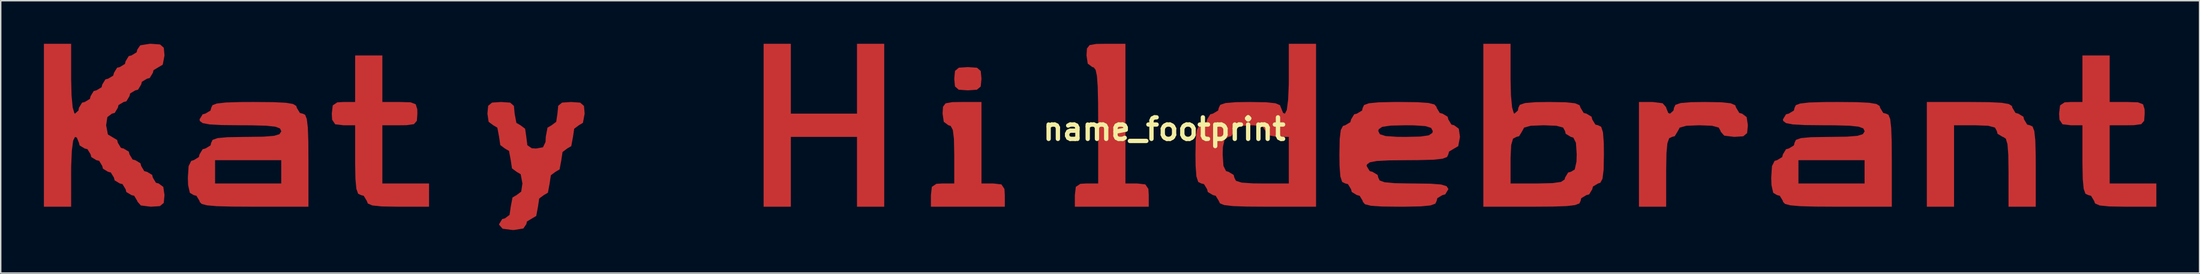
<source format=kicad_pcb>
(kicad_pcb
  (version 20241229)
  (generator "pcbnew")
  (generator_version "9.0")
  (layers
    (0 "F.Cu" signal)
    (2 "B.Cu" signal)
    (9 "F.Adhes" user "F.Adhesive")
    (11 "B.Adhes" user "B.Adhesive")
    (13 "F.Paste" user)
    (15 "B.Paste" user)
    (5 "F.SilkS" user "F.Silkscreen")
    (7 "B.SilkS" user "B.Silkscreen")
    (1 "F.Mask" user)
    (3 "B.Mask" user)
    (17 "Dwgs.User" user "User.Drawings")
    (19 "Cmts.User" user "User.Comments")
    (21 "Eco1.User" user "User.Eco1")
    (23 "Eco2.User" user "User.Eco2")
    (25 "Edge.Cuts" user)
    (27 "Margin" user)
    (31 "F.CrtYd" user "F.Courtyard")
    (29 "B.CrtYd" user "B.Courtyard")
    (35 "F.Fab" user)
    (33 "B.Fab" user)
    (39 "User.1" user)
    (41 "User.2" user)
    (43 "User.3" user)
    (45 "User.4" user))
  (footprint "name_footprint"
    (layer "F.Cu")
    (at 77.821 5.945)
    (property "Reference" "name_footprint" (at 0 0 0) (layer "F.SilkS") (effects (font (size 1.5 1.5) (thickness 0.3))))
    (attr board_only exclude_from_pos_files exclude_from_bom)
    (fp_poly (pts (xy -13.01 -4.278) (xy -12.75 -4.049) (xy -12.7 -3.513) (xy -12.753 -2.968) (xy -13.02 -2.745) (xy -13.646 -2.702) (xy -14.281 -2.747) (xy -14.542 -2.977) (xy -14.591 -3.513) (xy -14.539 -4.057) (xy -14.271 -4.281) (xy -13.646 -4.323)) (stroke (width 0) (type solid)) (fill yes) (layer "F.Cu"))
    (fp_poly (pts (xy -25.94 -3.513) (xy -25.94 -1.081) (xy -23.644 -1.081) (xy -21.347 -1.081) (xy -21.347 -3.513) (xy -21.347 -5.945) (xy -20.401 -5.945) (xy -19.455 -5.945) (xy -19.455 -0.27) (xy -19.455 5.404) (xy -20.401 5.404) (xy -21.347 5.404) (xy -21.347 2.972) (xy -21.347 0.54) (xy -23.644 0.54) (xy -25.94 0.54) (xy -25.94 2.972) (xy -25.94 5.404) (xy -26.886 5.404) (xy -27.832 5.404) (xy -27.832 -0.27) (xy -27.832 -5.945) (xy -26.886 -5.945) (xy -25.94 -5.945)) (stroke (width 0) (type solid)) (fill yes) (layer "F.Cu"))
    (fp_poly (pts (xy -12.7 0.946) (xy -12.7 3.783) (xy -11.889 3.783) (xy -11.315 3.85) (xy -11.104 4.166) (xy -11.079 4.594) (xy -11.079 5.404) (xy -13.646 5.404) (xy -16.213 5.404) (xy -16.213 4.594) (xy -16.146 4.019) (xy -15.83 3.808) (xy -15.402 3.783) (xy -14.591 3.783) (xy -14.591 1.756) (xy -14.613 0.687) (xy -14.689 0.06) (xy -14.841 -0.224) (xy -14.997 -0.27) (xy -15.319 -0.512) (xy -15.402 -1.081) (xy -15.373 -1.561) (xy -15.191 -1.8) (xy -14.718 -1.882) (xy -14.051 -1.891) (xy -12.7 -1.891)) (stroke (width 0) (type solid)) (fill yes) (layer "F.Cu"))
    (fp_poly (pts (xy -2.702 -1.081) (xy -2.702 3.783) (xy -1.891 3.783) (xy -1.317 3.85) (xy -1.106 4.166) (xy -1.081 4.594) (xy -1.081 5.404) (xy -3.648 5.404) (xy -6.215 5.404) (xy -6.215 4.594) (xy -6.148 4.019) (xy -5.832 3.808) (xy -5.404 3.783) (xy -4.594 3.783) (xy -4.594 -0.27) (xy -4.601 -1.857) (xy -4.628 -2.978) (xy -4.682 -3.709) (xy -4.771 -4.125) (xy -4.903 -4.301) (xy -4.999 -4.323) (xy -5.321 -4.565) (xy -5.404 -5.134) (xy -5.375 -5.614) (xy -5.193 -5.853) (xy -4.72 -5.936) (xy -4.053 -5.945) (xy -2.702 -5.945)) (stroke (width 0) (type solid)) (fill yes) (layer "F.Cu"))
    (fp_poly (pts (xy 57.265 -1.88) (xy 58.141 -1.837) (xy 58.648 -1.752) (xy 58.872 -1.613) (xy 58.906 -1.486) (xy 59.123 -1.128) (xy 59.312 -1.081) (xy 59.67 -0.865) (xy 59.717 -0.676) (xy 59.933 -0.317) (xy 60.122 -0.27) (xy 60.307 -0.183) (xy 60.428 0.136) (xy 60.496 0.774) (xy 60.524 1.819) (xy 60.528 2.567) (xy 60.528 5.404) (xy 59.582 5.404) (xy 58.636 5.404) (xy 58.636 2.972) (xy 58.62 1.786) (xy 58.563 1.047) (xy 58.448 0.663) (xy 58.26 0.542) (xy 58.231 0.54) (xy 57.873 0.324) (xy 57.826 0.135) (xy 57.692 -0.109) (xy 57.224 -0.235) (xy 56.339 -0.27) (xy 54.853 -0.27) (xy 54.853 2.567) (xy 54.853 5.404) (xy 53.907 5.404) (xy 52.962 5.404) (xy 52.962 1.756) (xy 52.962 -1.891) (xy 55.934 -1.891)) (stroke (width 0) (type solid)) (fill yes) (layer "F.Cu"))
    (fp_poly (pts (xy -54.313 -3.513) (xy -54.313 -1.891) (xy -53.097 -1.891) (xy -52.349 -1.868) (xy -51.995 -1.732) (xy -51.888 -1.387) (xy -51.881 -1.081) (xy -51.916 -0.582) (xy -52.12 -0.346) (xy -52.638 -0.275) (xy -53.097 -0.27) (xy -54.313 -0.27) (xy -54.313 1.756) (xy -54.313 3.783) (xy -52.691 3.783) (xy -51.07 3.783) (xy -51.07 4.594) (xy -51.07 5.404) (xy -53.232 5.404) (xy -54.341 5.385) (xy -55.007 5.316) (xy -55.325 5.178) (xy -55.394 4.999) (xy -55.61 4.641) (xy -55.799 4.594) (xy -55.997 4.499) (xy -56.12 4.153) (xy -56.184 3.464) (xy -56.204 2.338) (xy -56.204 2.162) (xy -56.204 -0.27) (xy -57.015 -0.27) (xy -57.589 -0.337) (xy -57.801 -0.653) (xy -57.826 -1.081) (xy -57.759 -1.655) (xy -57.443 -1.867) (xy -57.015 -1.891) (xy -56.204 -1.891) (xy -56.204 -3.513) (xy -56.204 -5.134) (xy -55.259 -5.134) (xy -54.313 -5.134)) (stroke (width 0) (type solid)) (fill yes) (layer "F.Cu"))
    (fp_poly (pts (xy 65.662 -3.513) (xy 65.662 -1.891) (xy 66.878 -1.891) (xy 67.625 -1.868) (xy 67.98 -1.732) (xy 68.087 -1.387) (xy 68.094 -1.081) (xy 68.058 -0.582) (xy 67.855 -0.346) (xy 67.336 -0.275) (xy 66.878 -0.27) (xy 65.662 -0.27) (xy 65.662 1.756) (xy 65.662 3.783) (xy 67.283 3.783) (xy 68.904 3.783) (xy 68.904 4.594) (xy 68.904 5.404) (xy 66.743 5.404) (xy 65.633 5.385) (xy 64.968 5.316) (xy 64.65 5.178) (xy 64.581 4.999) (xy 64.365 4.641) (xy 64.176 4.594) (xy 63.978 4.499) (xy 63.855 4.153) (xy 63.791 3.464) (xy 63.77 2.338) (xy 63.77 2.162) (xy 63.77 -0.27) (xy 62.96 -0.27) (xy 62.385 -0.337) (xy 62.174 -0.653) (xy 62.149 -1.081) (xy 62.216 -1.655) (xy 62.532 -1.867) (xy 62.96 -1.891) (xy 63.77 -1.891) (xy 63.77 -3.513) (xy 63.77 -5.134) (xy 64.716 -5.134) (xy 65.662 -5.134)) (stroke (width 0) (type solid)) (fill yes) (layer "F.Cu"))
    (fp_poly (pts (xy 34.611 -1.804) (xy 34.856 -1.523) (xy 34.857 -1.486) (xy 35.003 -1.127) (xy 35.128 -1.081) (xy 35.367 -1.3) (xy 35.398 -1.486) (xy 35.5 -1.694) (xy 35.869 -1.819) (xy 36.602 -1.879) (xy 37.56 -1.891) (xy 38.669 -1.872) (xy 39.334 -1.803) (xy 39.652 -1.666) (xy 39.721 -1.486) (xy 39.938 -1.128) (xy 40.127 -1.081) (xy 40.448 -0.839) (xy 40.532 -0.27) (xy 40.479 0.274) (xy 40.212 0.498) (xy 39.586 0.54) (xy 38.887 0.453) (xy 38.642 0.172) (xy 38.64 0.135) (xy 38.507 -0.109) (xy 38.039 -0.235) (xy 37.154 -0.27) (xy 36.258 -0.234) (xy 35.797 -0.106) (xy 35.668 0.135) (xy 35.452 0.493) (xy 35.263 0.54) (xy 35.065 0.635) (xy 34.942 0.981) (xy 34.878 1.67) (xy 34.858 2.796) (xy 34.857 2.972) (xy 34.857 5.404) (xy 33.912 5.404) (xy 32.966 5.404) (xy 32.966 1.756) (xy 32.966 -1.891) (xy 33.912 -1.891)) (stroke (width 0) (type solid)) (fill yes) (layer "F.Cu"))
    (fp_poly (pts (xy -40.572 -1.846) (xy -40.311 -1.617) (xy -40.262 -1.081) (xy -40.383 -0.437) (xy -40.667 -0.27) (xy -40.989 -0.029) (xy -41.072 0.54) (xy -41.193 1.184) (xy -41.478 1.351) (xy -41.799 1.593) (xy -41.883 2.162) (xy -42.004 2.805) (xy -42.288 2.972) (xy -42.61 3.214) (xy -42.694 3.783) (xy -42.814 4.427) (xy -43.099 4.594) (xy -43.421 4.835) (xy -43.504 5.404) (xy -43.625 6.048) (xy -43.91 6.215) (xy -44.268 6.431) (xy -44.315 6.62) (xy -44.52 6.92) (xy -45.175 7.025) (xy -45.261 7.026) (xy -45.96 6.938) (xy -46.205 6.657) (xy -46.206 6.62) (xy -45.99 6.262) (xy -45.801 6.215) (xy -45.479 5.973) (xy -45.396 5.404) (xy -45.275 4.761) (xy -44.99 4.594) (xy -44.669 4.352) (xy -44.585 3.783) (xy -44.706 3.139) (xy -44.99 2.972) (xy -45.312 2.731) (xy -45.396 2.162) (xy -45.517 1.518) (xy -45.801 1.351) (xy -46.123 1.109) (xy -46.206 0.54) (xy -46.327 -0.103) (xy -46.612 -0.27) (xy -46.933 -0.512) (xy -47.017 -1.081) (xy -46.964 -1.625) (xy -46.697 -1.849) (xy -46.071 -1.891) (xy -45.436 -1.846) (xy -45.175 -1.617) (xy -45.126 -1.081) (xy -45.005 -0.437) (xy -44.72 -0.27) (xy -44.398 -0.029) (xy -44.315 0.54) (xy -44.242 1.12) (xy -43.933 1.332) (xy -43.639 1.351) (xy -43.157 1.264) (xy -42.98 0.893) (xy -42.964 0.54) (xy -42.843 -0.103) (xy -42.559 -0.27) (xy -42.237 -0.512) (xy -42.153 -1.081) (xy -42.1 -1.625) (xy -41.833 -1.849) (xy -41.207 -1.891)) (stroke (width 0) (type solid)) (fill yes) (layer "F.Cu"))
    (fp_poly (pts (xy -61.899 -1.88) (xy -61.023 -1.837) (xy -60.516 -1.752) (xy -60.292 -1.613) (xy -60.257 -1.486) (xy -60.041 -1.128) (xy -59.852 -1.081) (xy -59.677 -1) (xy -59.56 -0.701) (xy -59.489 -0.101) (xy -59.455 0.881) (xy -59.447 2.162) (xy -59.447 5.404) (xy -63.23 5.404) (xy -64.755 5.396) (xy -65.818 5.366) (xy -66.496 5.306) (xy -66.865 5.208) (xy -67.004 5.063) (xy -67.013 4.999) (xy -67.229 4.641) (xy -67.418 4.594) (xy -67.685 4.434) (xy -67.807 3.893) (xy -67.823 3.378) (xy -67.77 2.576) (xy -67.59 2.211) (xy -67.418 2.162) (xy -65.932 2.162) (xy -65.932 2.972) (xy -65.932 3.783) (xy -63.635 3.783) (xy -61.338 3.783) (xy -61.338 2.972) (xy -61.338 2.162) (xy -63.635 2.162) (xy -65.932 2.162) (xy -67.418 2.162) (xy -67.06 1.945) (xy -67.013 1.756) (xy -66.796 1.398) (xy -66.607 1.351) (xy -66.249 1.135) (xy -66.202 0.946) (xy -66.107 0.748) (xy -65.761 0.625) (xy -65.072 0.561) (xy -63.947 0.541) (xy -63.77 0.54) (xy -62.584 0.525) (xy -61.845 0.467) (xy -61.461 0.352) (xy -61.34 0.165) (xy -61.338 0.135) (xy -61.425 -0.05) (xy -61.744 -0.17) (xy -62.383 -0.239) (xy -63.428 -0.267) (xy -64.176 -0.27) (xy -65.471 -0.283) (xy -66.314 -0.328) (xy -66.791 -0.419) (xy -66.99 -0.569) (xy -67.013 -0.676) (xy -66.796 -1.034) (xy -66.607 -1.081) (xy -66.249 -1.297) (xy -66.202 -1.486) (xy -66.117 -1.668) (xy -65.805 -1.787) (xy -65.181 -1.856) (xy -64.158 -1.887) (xy -63.23 -1.891)) (stroke (width 0) (type solid)) (fill yes) (layer "F.Cu"))
    (fp_poly (pts (xy 48.077 -1.88) (xy 48.953 -1.837) (xy 49.461 -1.752) (xy 49.685 -1.613) (xy 49.719 -1.486) (xy 49.935 -1.128) (xy 50.124 -1.081) (xy 50.299 -1) (xy 50.417 -0.701) (xy 50.487 -0.101) (xy 50.522 0.881) (xy 50.53 2.162) (xy 50.53 5.404) (xy 46.747 5.404) (xy 45.221 5.396) (xy 44.158 5.366) (xy 43.481 5.306) (xy 43.111 5.208) (xy 42.972 5.063) (xy 42.964 4.999) (xy 42.748 4.641) (xy 42.559 4.594) (xy 42.291 4.434) (xy 42.17 3.893) (xy 42.153 3.378) (xy 42.206 2.576) (xy 42.387 2.211) (xy 42.559 2.162) (xy 44.045 2.162) (xy 44.045 2.972) (xy 44.045 3.783) (xy 46.341 3.783) (xy 48.638 3.783) (xy 48.638 2.972) (xy 48.638 2.162) (xy 46.341 2.162) (xy 44.045 2.162) (xy 42.559 2.162) (xy 42.917 1.945) (xy 42.964 1.756) (xy 43.18 1.398) (xy 43.369 1.351) (xy 43.727 1.135) (xy 43.774 0.946) (xy 43.869 0.748) (xy 44.215 0.625) (xy 44.904 0.561) (xy 46.03 0.541) (xy 46.206 0.54) (xy 47.393 0.525) (xy 48.132 0.467) (xy 48.516 0.352) (xy 48.637 0.165) (xy 48.638 0.135) (xy 48.551 -0.05) (xy 48.232 -0.17) (xy 47.594 -0.239) (xy 46.549 -0.267) (xy 45.801 -0.27) (xy 44.505 -0.283) (xy 43.663 -0.328) (xy 43.185 -0.419) (xy 42.986 -0.569) (xy 42.964 -0.676) (xy 43.18 -1.034) (xy 43.369 -1.081) (xy 43.727 -1.297) (xy 43.774 -1.486) (xy 43.859 -1.668) (xy 44.171 -1.787) (xy 44.796 -1.856) (xy 45.818 -1.887) (xy 46.747 -1.891)) (stroke (width 0) (type solid)) (fill yes) (layer "F.Cu"))
    (fp_poly (pts (xy 10.538 -0.27) (xy 10.538 5.404) (xy 7.161 5.404) (xy 5.73 5.395) (xy 4.758 5.359) (xy 4.164 5.289) (xy 3.866 5.173) (xy 3.783 5.003) (xy 3.783 4.999) (xy 3.567 4.641) (xy 3.378 4.594) (xy 3.019 4.377) (xy 2.972 4.188) (xy 2.756 3.83) (xy 2.567 3.783) (xy 2.353 3.677) (xy 2.228 3.293) (xy 2.171 2.534) (xy 2.162 1.756) (xy 4.053 1.756) (xy 4.106 2.558) (xy 4.287 2.923) (xy 4.459 2.972) (xy 4.817 3.189) (xy 4.864 3.378) (xy 4.975 3.598) (xy 5.375 3.724) (xy 6.163 3.777) (xy 6.755 3.783) (xy 8.647 3.783) (xy 8.647 2.162) (xy 8.647 0.54) (xy 7.836 0.54) (xy 7.193 0.42) (xy 7.026 0.135) (xy 6.847 -0.147) (xy 6.255 -0.263) (xy 5.945 -0.27) (xy 5.193 -0.203) (xy 4.883 0.019) (xy 4.864 0.135) (xy 4.648 0.493) (xy 4.459 0.54) (xy 4.191 0.7) (xy 4.07 1.241) (xy 4.053 1.756) (xy 2.162 1.756) (xy 2.183 0.687) (xy 2.26 0.06) (xy 2.411 -0.224) (xy 2.567 -0.27) (xy 2.925 -0.487) (xy 2.972 -0.676) (xy 3.189 -1.034) (xy 3.378 -1.081) (xy 3.736 -1.297) (xy 3.783 -1.486) (xy 3.885 -1.694) (xy 4.254 -1.819) (xy 4.987 -1.879) (xy 5.945 -1.891) (xy 7.054 -1.872) (xy 7.719 -1.803) (xy 8.038 -1.666) (xy 8.106 -1.486) (xy 8.252 -1.127) (xy 8.377 -1.081) (xy 8.506 -1.336) (xy 8.598 -2.042) (xy 8.644 -3.11) (xy 8.647 -3.513) (xy 8.647 -5.945) (xy 9.593 -5.945) (xy 10.538 -5.945)) (stroke (width 0) (type solid)) (fill yes) (layer "F.Cu"))
    (fp_poly (pts (xy 24.049 -3.513) (xy 24.077 -2.347) (xy 24.156 -1.516) (xy 24.274 -1.108) (xy 24.319 -1.081) (xy 24.559 -1.3) (xy 24.589 -1.486) (xy 24.691 -1.694) (xy 25.061 -1.819) (xy 25.794 -1.879) (xy 26.751 -1.891) (xy 27.86 -1.872) (xy 28.526 -1.803) (xy 28.844 -1.666) (xy 28.913 -1.486) (xy 29.129 -1.128) (xy 29.318 -1.081) (xy 29.676 -0.865) (xy 29.723 -0.676) (xy 29.94 -0.317) (xy 30.129 -0.27) (xy 30.343 -0.164) (xy 30.468 0.22) (xy 30.525 0.978) (xy 30.534 1.756) (xy 30.513 2.825) (xy 30.436 3.453) (xy 30.284 3.737) (xy 30.129 3.783) (xy 29.77 3.999) (xy 29.723 4.188) (xy 29.507 4.547) (xy 29.318 4.594) (xy 28.96 4.81) (xy 28.913 4.999) (xy 28.833 5.171) (xy 28.54 5.287) (xy 27.951 5.359) (xy 26.987 5.394) (xy 25.565 5.404) (xy 25.535 5.404) (xy 22.157 5.404) (xy 22.157 3.783) (xy 24.049 3.783) (xy 25.94 3.783) (xy 26.968 3.759) (xy 27.556 3.673) (xy 27.804 3.505) (xy 27.832 3.378) (xy 28.048 3.019) (xy 28.237 2.972) (xy 28.504 2.813) (xy 28.626 2.272) (xy 28.643 1.756) (xy 28.59 0.955) (xy 28.409 0.59) (xy 28.237 0.54) (xy 27.879 0.324) (xy 27.832 0.135) (xy 27.698 -0.109) (xy 27.23 -0.235) (xy 26.346 -0.27) (xy 25.449 -0.234) (xy 24.988 -0.106) (xy 24.86 0.135) (xy 24.643 0.493) (xy 24.454 0.54) (xy 24.219 0.665) (xy 24.093 1.106) (xy 24.05 1.966) (xy 24.049 2.162) (xy 24.049 3.783) (xy 22.157 3.783) (xy 22.157 -0.27) (xy 22.157 -5.945) (xy 23.103 -5.945) (xy 24.049 -5.945)) (stroke (width 0) (type solid)) (fill yes) (layer "F.Cu"))
    (fp_poly (pts (xy 17.572 -1.877) (xy 18.346 -1.824) (xy 18.762 -1.718) (xy 18.909 -1.545) (xy 18.915 -1.486) (xy 19.131 -1.128) (xy 19.32 -1.081) (xy 19.678 -0.865) (xy 19.726 -0.676) (xy 19.942 -0.317) (xy 20.131 -0.27) (xy 20.453 -0.029) (xy 20.536 0.54) (xy 20.415 1.184) (xy 20.131 1.351) (xy 19.773 1.567) (xy 19.726 1.756) (xy 19.639 1.941) (xy 19.319 2.062) (xy 18.681 2.13) (xy 17.636 2.158) (xy 16.888 2.162) (xy 15.593 2.174) (xy 14.75 2.22) (xy 14.273 2.311) (xy 14.074 2.46) (xy 14.051 2.567) (xy 14.267 2.925) (xy 14.456 2.972) (xy 14.815 3.189) (xy 14.862 3.378) (xy 14.956 3.575) (xy 15.302 3.699) (xy 15.992 3.763) (xy 17.117 3.783) (xy 17.294 3.783) (xy 18.48 3.799) (xy 19.219 3.856) (xy 19.603 3.971) (xy 19.724 4.159) (xy 19.726 4.188) (xy 19.509 4.547) (xy 19.32 4.594) (xy 18.962 4.81) (xy 18.915 4.999) (xy 18.823 5.192) (xy 18.487 5.314) (xy 17.816 5.38) (xy 16.72 5.403) (xy 16.348 5.404) (xy 15.124 5.39) (xy 14.35 5.337) (xy 13.934 5.231) (xy 13.786 5.058) (xy 13.781 4.999) (xy 13.565 4.641) (xy 13.376 4.594) (xy 13.017 4.377) (xy 12.97 4.188) (xy 12.754 3.83) (xy 12.565 3.783) (xy 12.351 3.677) (xy 12.226 3.293) (xy 12.169 2.534) (xy 12.16 1.756) (xy 12.181 0.687) (xy 12.248 0.135) (xy 14.862 0.135) (xy 14.973 0.355) (xy 15.373 0.481) (xy 16.161 0.535) (xy 16.753 0.54) (xy 17.781 0.517) (xy 18.369 0.431) (xy 18.617 0.262) (xy 18.645 0.135) (xy 18.533 -0.085) (xy 18.133 -0.211) (xy 17.345 -0.264) (xy 16.753 -0.27) (xy 15.726 -0.246) (xy 15.137 -0.161) (xy 14.889 0.008) (xy 14.862 0.135) (xy 12.248 0.135) (xy 12.258 0.06) (xy 12.409 -0.224) (xy 12.565 -0.27) (xy 12.923 -0.487) (xy 12.97 -0.676) (xy 13.187 -1.034) (xy 13.376 -1.081) (xy 13.734 -1.297) (xy 13.781 -1.486) (xy 13.873 -1.679) (xy 14.209 -1.802) (xy 14.879 -1.867) (xy 15.976 -1.891) (xy 16.348 -1.891)) (stroke (width 0) (type solid)) (fill yes) (layer "F.Cu"))
    (fp_poly (pts (xy -75.93 -3.513) (xy -75.901 -2.347) (xy -75.823 -1.516) (xy -75.704 -1.108) (xy -75.66 -1.081) (xy -75.42 -1.3) (xy -75.389 -1.486) (xy -75.173 -1.844) (xy -74.984 -1.891) (xy -74.626 -2.108) (xy -74.579 -2.297) (xy -74.362 -2.655) (xy -74.173 -2.702) (xy -73.815 -2.918) (xy -73.768 -3.107) (xy -73.552 -3.466) (xy -73.363 -3.513) (xy -73.005 -3.729) (xy -72.957 -3.918) (xy -72.741 -4.276) (xy -72.552 -4.323) (xy -72.194 -4.54) (xy -72.147 -4.729) (xy -71.931 -5.087) (xy -71.741 -5.134) (xy -71.383 -5.35) (xy -71.336 -5.539) (xy -71.131 -5.839) (xy -70.477 -5.944) (xy -70.39 -5.945) (xy -69.755 -5.899) (xy -69.494 -5.67) (xy -69.445 -5.134) (xy -69.566 -4.49) (xy -69.85 -4.323) (xy -70.208 -4.107) (xy -70.255 -3.918) (xy -70.472 -3.56) (xy -70.661 -3.513) (xy -71.019 -3.296) (xy -71.066 -3.107) (xy -71.282 -2.749) (xy -71.471 -2.702) (xy -71.83 -2.486) (xy -71.877 -2.297) (xy -72.093 -1.939) (xy -72.282 -1.891) (xy -72.64 -1.675) (xy -72.687 -1.486) (xy -72.904 -1.128) (xy -73.093 -1.081) (xy -73.414 -0.839) (xy -73.498 -0.27) (xy -73.377 0.373) (xy -73.093 0.54) (xy -72.734 0.757) (xy -72.687 0.946) (xy -72.471 1.304) (xy -72.282 1.351) (xy -71.924 1.567) (xy -71.877 1.756) (xy -71.66 2.115) (xy -71.471 2.162) (xy -71.113 2.378) (xy -71.066 2.567) (xy -70.85 2.925) (xy -70.661 2.972) (xy -70.302 3.189) (xy -70.255 3.378) (xy -70.039 3.736) (xy -69.85 3.783) (xy -69.528 4.025) (xy -69.445 4.594) (xy -69.497 5.138) (xy -69.765 5.362) (xy -70.39 5.404) (xy -71.09 5.316) (xy -71.334 5.036) (xy -71.336 4.999) (xy -71.552 4.641) (xy -71.741 4.594) (xy -72.1 4.377) (xy -72.147 4.188) (xy -72.363 3.83) (xy -72.552 3.783) (xy -72.91 3.567) (xy -72.957 3.378) (xy -73.174 3.019) (xy -73.363 2.972) (xy -73.721 2.756) (xy -73.768 2.567) (xy -73.984 2.209) (xy -74.173 2.162) (xy -74.532 1.945) (xy -74.579 1.756) (xy -74.795 1.398) (xy -74.984 1.351) (xy -75.342 1.135) (xy -75.389 0.946) (xy -75.535 0.586) (xy -75.66 0.54) (xy -75.789 0.796) (xy -75.881 1.502) (xy -75.927 2.57) (xy -75.93 2.972) (xy -75.93 5.404) (xy -76.876 5.404) (xy -77.821 5.404) (xy -77.821 -0.27) (xy -77.821 -5.945) (xy -76.876 -5.945) (xy -75.93 -5.945)) (stroke (width 0) (type solid)) (fill yes) (layer "F.Cu")))
  (gr_rect
    (start -3 -3)
    (end 149.726 15.97)
    (stroke (width 0.1) (type default))
    (fill no)
    (layer "Edge.Cuts")))
</source>
